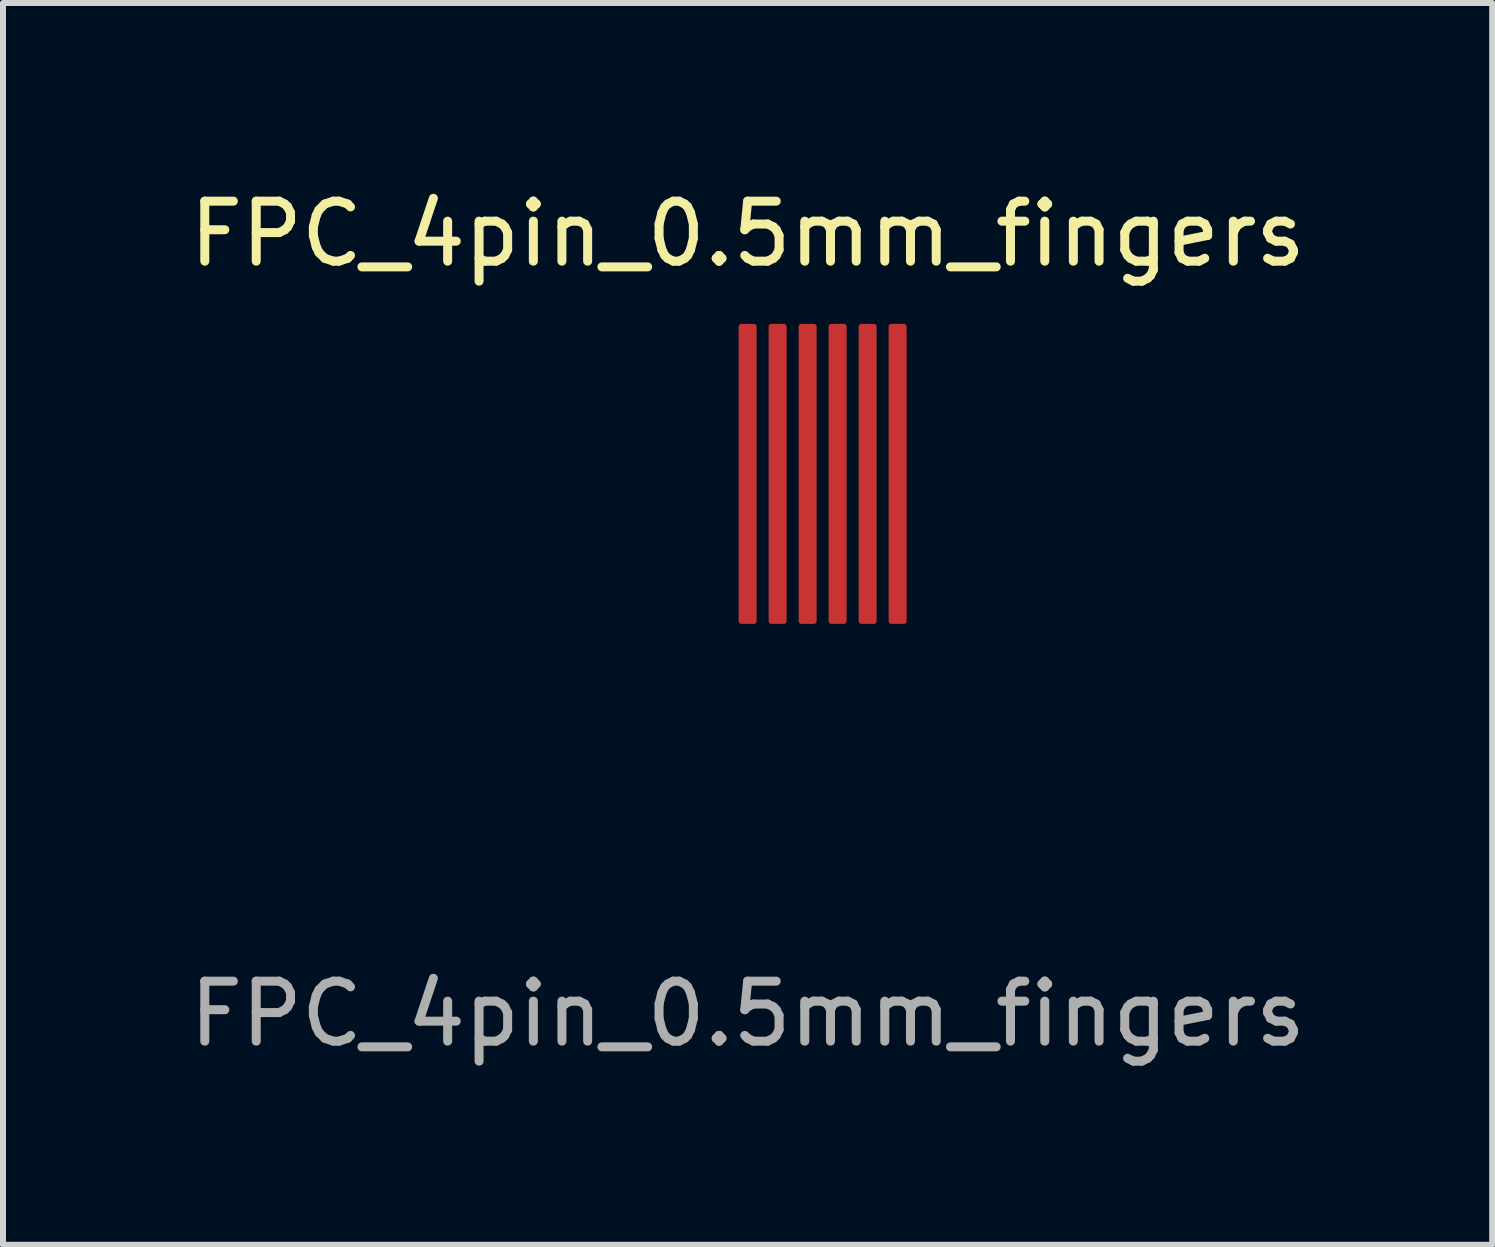
<source format=kicad_pcb>
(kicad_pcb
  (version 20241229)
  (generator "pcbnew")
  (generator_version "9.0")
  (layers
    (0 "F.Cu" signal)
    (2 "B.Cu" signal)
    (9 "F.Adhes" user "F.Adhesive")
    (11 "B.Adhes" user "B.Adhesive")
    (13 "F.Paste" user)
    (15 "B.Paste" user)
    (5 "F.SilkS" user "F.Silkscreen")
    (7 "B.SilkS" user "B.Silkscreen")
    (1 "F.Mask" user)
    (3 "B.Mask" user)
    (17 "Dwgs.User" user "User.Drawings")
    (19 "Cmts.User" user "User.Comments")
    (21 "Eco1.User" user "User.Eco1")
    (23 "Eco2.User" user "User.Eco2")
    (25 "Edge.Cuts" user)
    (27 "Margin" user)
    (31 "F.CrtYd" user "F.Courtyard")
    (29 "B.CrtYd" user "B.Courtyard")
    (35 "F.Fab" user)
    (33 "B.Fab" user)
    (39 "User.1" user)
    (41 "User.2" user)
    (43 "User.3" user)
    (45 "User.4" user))
  (footprint "FPC_4pin_0.5mm_fingers"
    (layer "F.Cu")
    (at 9.411 4.848)
    (property "Reference" "FPC_4pin_0.5mm_fingers" (at 0 -4 0) (unlocked yes) (layer "F.SilkS") (effects (font (size 1 1) (thickness 0.15))))
    (attr smd)
    (fp_text user "${REFERENCE}" (at 0 9 0) (unlocked yes) (layer "F.Fab") (effects (font (size 1 1) (thickness 0.15))))
    (pad "1" smd roundrect (at 0 0) (size 0.3 5) (layers "F.Cu" "F.Mask" "F.Paste") (roundrect_rratio 0.15))
    (pad "2" smd roundrect (at 0.5 0) (size 0.3 5) (layers "F.Cu" "F.Mask" "F.Paste") (roundrect_rratio 0.15))
    (pad "3" smd roundrect (at 1 0) (size 0.3 5) (layers "F.Cu" "F.Mask" "F.Paste") (roundrect_rratio 0.15))
    (pad "4" smd roundrect (at 1.5 0) (size 0.3 5) (layers "F.Cu" "F.Mask" "F.Paste") (roundrect_rratio 0.15))
    (pad "5" smd roundrect (at 2 0) (size 0.3 5) (layers "F.Cu" "F.Mask" "F.Paste") (roundrect_rratio 0.15))
    (pad "6" smd roundrect (at 2.5 0) (size 0.3 5) (layers "F.Cu" "F.Mask" "F.Paste") (roundrect_rratio 0.15)))
  (gr_rect
    (start -3 -3)
    (end 21.821 17.697)
    (stroke (width 0.1) (type default))
    (fill no)
    (layer "Edge.Cuts")))
</source>
